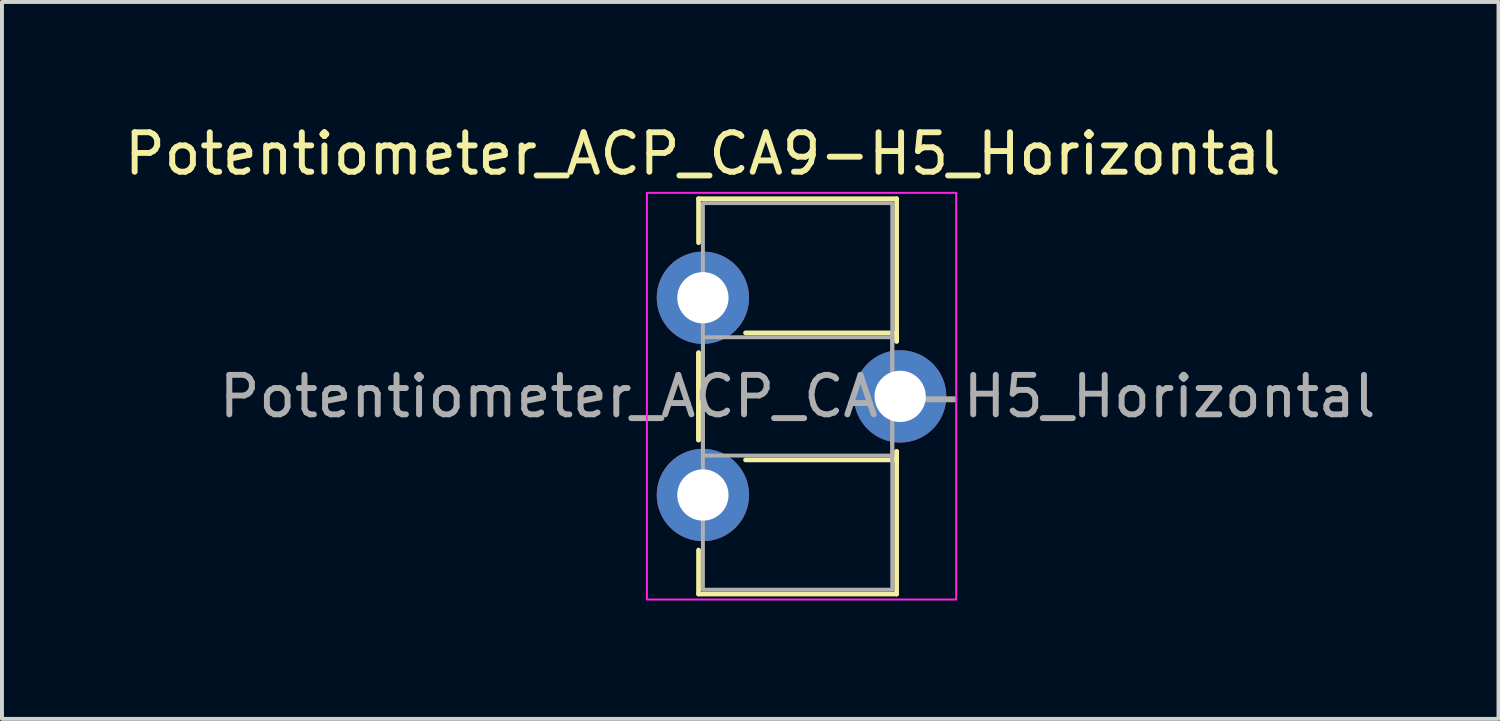
<source format=kicad_pcb>
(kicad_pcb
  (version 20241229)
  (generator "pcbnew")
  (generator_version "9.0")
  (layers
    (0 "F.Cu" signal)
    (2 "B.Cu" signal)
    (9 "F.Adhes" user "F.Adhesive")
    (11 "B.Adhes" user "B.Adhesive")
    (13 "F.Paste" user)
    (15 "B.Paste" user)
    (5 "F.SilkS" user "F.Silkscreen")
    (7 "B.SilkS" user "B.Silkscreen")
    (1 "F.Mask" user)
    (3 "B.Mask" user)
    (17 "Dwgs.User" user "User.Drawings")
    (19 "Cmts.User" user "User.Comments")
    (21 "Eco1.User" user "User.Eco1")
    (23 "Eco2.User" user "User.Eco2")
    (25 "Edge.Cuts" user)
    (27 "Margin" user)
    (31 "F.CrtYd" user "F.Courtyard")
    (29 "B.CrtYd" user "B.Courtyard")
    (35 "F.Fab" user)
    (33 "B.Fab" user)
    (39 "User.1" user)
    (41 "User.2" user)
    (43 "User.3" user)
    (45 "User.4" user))
  (footprint "Potentiometer_ACP_CA9-H5_Horizontal"
    (layer "F.Cu")
    (at 14.768 4.498)
    (property "Reference" "Potentiometer_ACP_CA9-H5_Horizontal" (at 0 -3.65 0) (layer "F.SilkS") (effects (font (size 1 1) (thickness 0.15))))
    (attr through_hole)
    (fp_line (start -0.11 -2.51) (end 4.91 -2.51) (stroke (width 0.12) (type solid)) (layer "F.SilkS"))
    (fp_line (start -0.11 -1.396) (end -0.11 -2.51) (stroke (width 0.12) (type solid)) (layer "F.SilkS"))
    (fp_line (start -0.11 3.604) (end -0.11 1.396) (stroke (width 0.12) (type solid)) (layer "F.SilkS"))
    (fp_line (start -0.11 3.604) (end -0.11 1.396) (stroke (width 0.12) (type solid)) (layer "F.SilkS"))
    (fp_line (start -0.11 7.51) (end -0.11 6.396) (stroke (width 0.12) (type solid)) (layer "F.SilkS"))
    (fp_line (start 1.081 0.89) (end 4.91 0.89) (stroke (width 0.12) (type solid)) (layer "F.SilkS"))
    (fp_line (start 4.91 -2.51) (end 4.91 1.103) (stroke (width 0.12) (type solid)) (layer "F.SilkS"))
    (fp_line (start 4.91 0.89) (end 4.91 1.103) (stroke (width 0.12) (type solid)) (layer "F.SilkS"))
    (fp_line (start 4.91 3.897) (end 4.91 4.11) (stroke (width 0.12) (type solid)) (layer "F.SilkS"))
    (fp_line (start 4.91 3.897) (end 4.91 7.51) (stroke (width 0.12) (type solid)) (layer "F.SilkS"))
    (fp_line (start 4.91 4.11) (end 1.081 4.11) (stroke (width 0.12) (type solid)) (layer "F.SilkS"))
    (fp_line (start 4.91 7.51) (end -0.11 7.51) (stroke (width 0.12) (type solid)) (layer "F.SilkS"))
    (fp_rect (start -1.42 -2.66) (end 6.42 7.65) (stroke (width 0.05) (type solid)) (fill no) (layer "F.CrtYd"))
    (fp_rect (start 0 -2.4) (end 4.8 7.4) (stroke (width 0.1) (type solid)) (fill no) (layer "F.Fab"))
    (fp_rect (start 0 1) (end 4.8 4) (stroke (width 0.1) (type solid)) (fill no) (layer "F.Fab"))
    (fp_text user "${REFERENCE}" (at 2.4 2.5 0) (layer "F.Fab") (effects (font (size 1 1) (thickness 0.15))))
    (pad "1" thru_hole circle (at 0 0) (size 2.34 2.34) (drill 1.3) (layers "*.Cu" "*.Mask"))
    (pad "2" thru_hole circle (at 5 2.5) (size 2.34 2.34) (drill 1.3) (layers "*.Cu" "*.Mask"))
    (pad "3" thru_hole circle (at 0 5) (size 2.34 2.34) (drill 1.3) (layers "*.Cu" "*.Mask")))
  (gr_rect
    (start -3 -3)
    (end 34.936 15.173)
    (stroke (width 0.1) (type default))
    (fill no)
    (layer "Edge.Cuts")))
</source>
